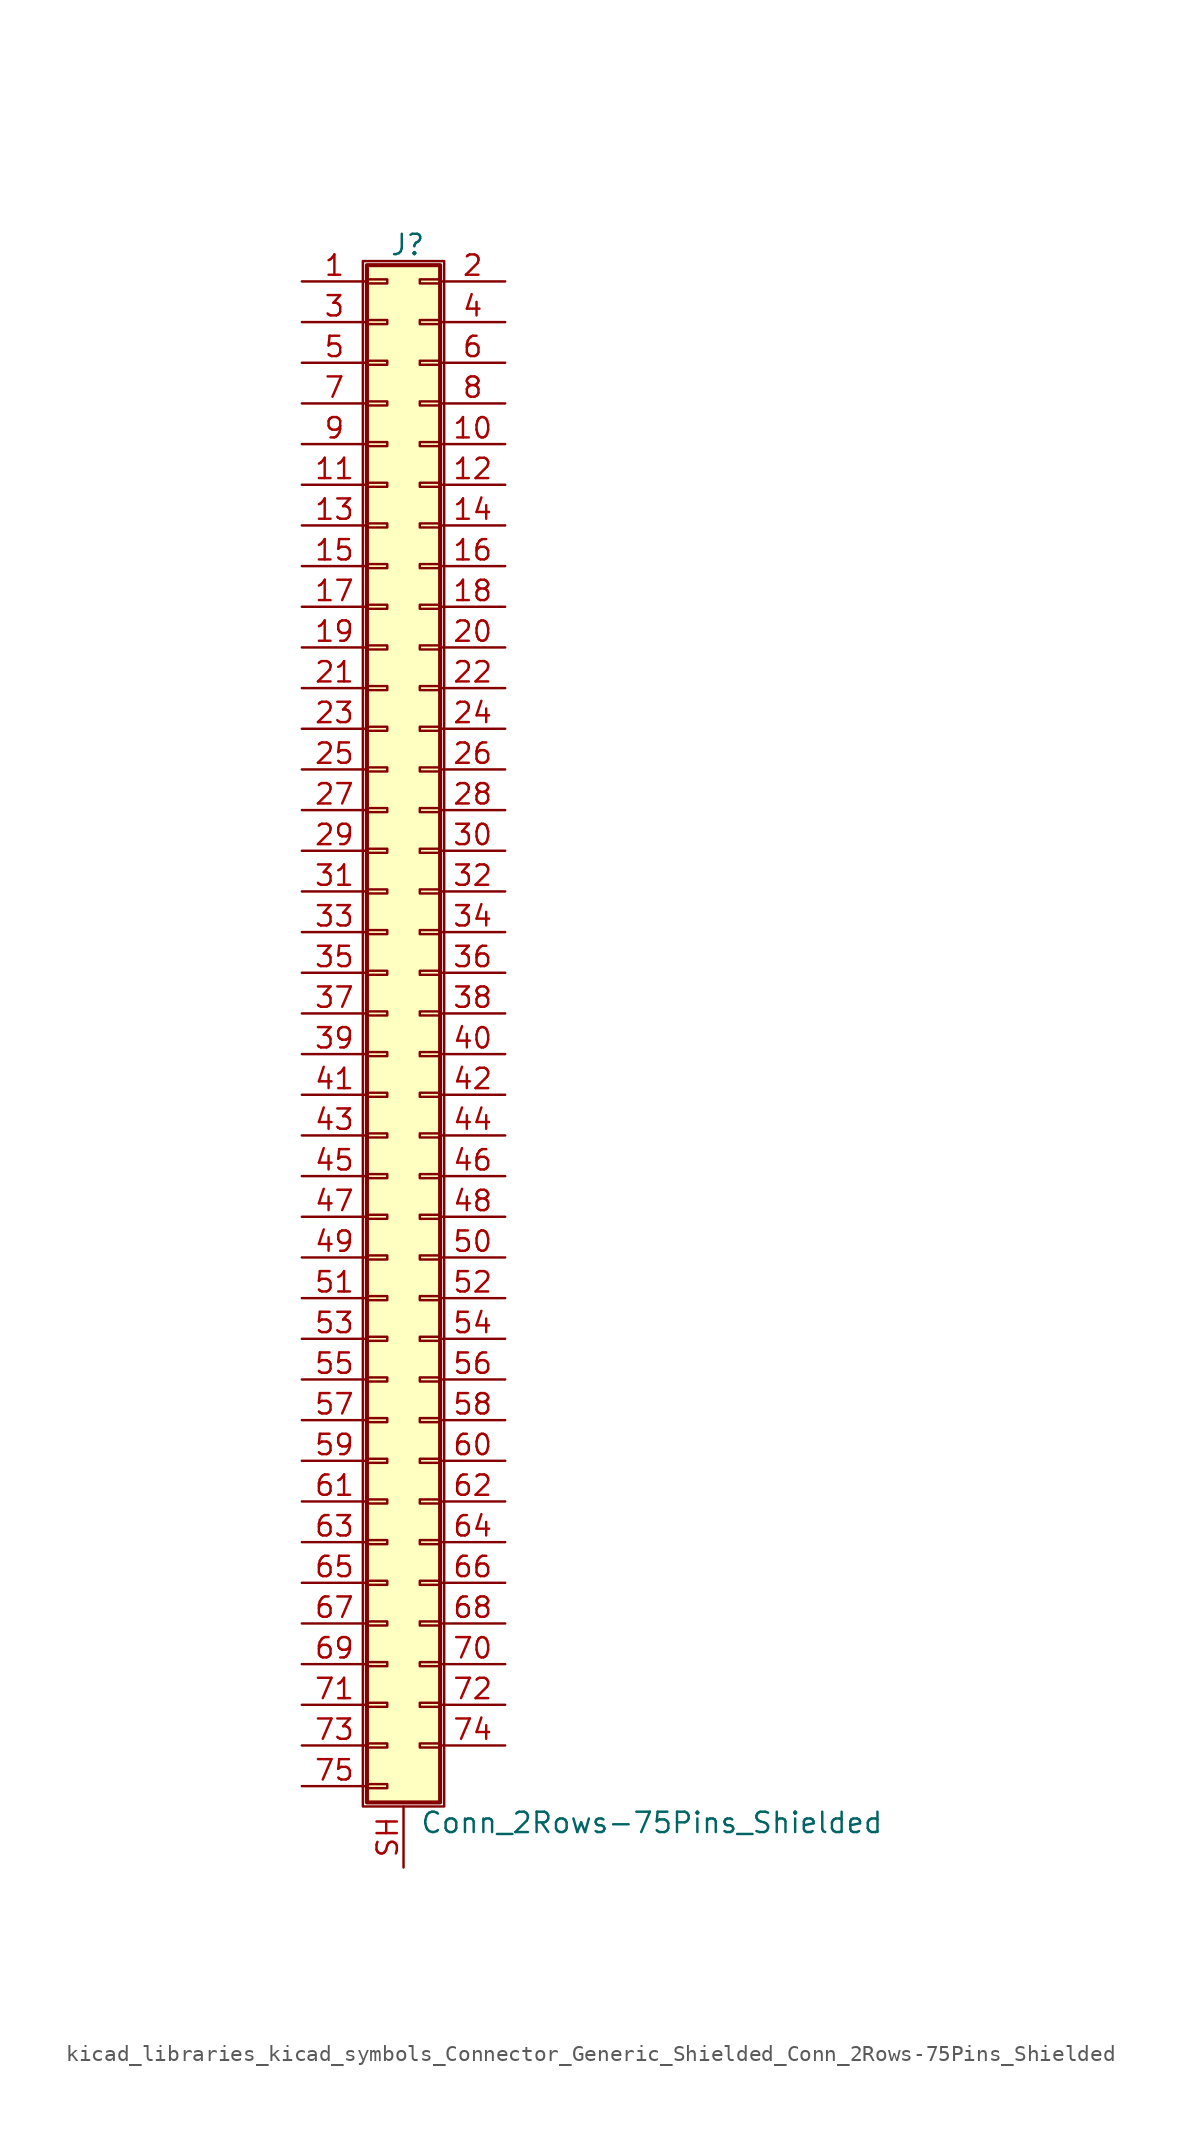
<source format=kicad_sym>
(kicad_symbol_lib
  (version 20220914)
  (generator kicad_symbol_editor)
  (symbol "kicad_libraries_kicad_symbols_Connector_Generic_Shielded_Conn_2Rows-75Pins_Shielded"
    (pin_names
      (offset 1.016) hide)
    (property "Reference" "J"
      (at 1.524 48.006 0)
      (effects (font (size 1.27 1.27))))
    (property "Value" "Conn_2Rows-75Pins_Shielded"
      (at 2.286 -50.546 0)
      (effects (font (size 1.27 1.27)) (justify left)))
    (symbol "kicad_libraries_kicad_symbols_Connector_Generic_Shielded_Conn_2Rows-75Pins_Shielded_1_1"
      (rectangle (start -1.27 46.99) (end 3.81 -49.53) (stroke (width 0.152) (type default)) (fill (type none)))
      (rectangle (start -1.016 -48.133) (end 0.254 -48.387) (stroke (width 0.152) (type default)) (fill (type none)))
      (rectangle (start -1.016 -45.593) (end 0.254 -45.847) (stroke (width 0.152) (type default)) (fill (type none)))
      (rectangle (start -1.016 -43.053) (end 0.254 -43.307) (stroke (width 0.152) (type default)) (fill (type none)))
      (rectangle (start -1.016 -40.513) (end 0.254 -40.767) (stroke (width 0.152) (type default)) (fill (type none)))
      (rectangle (start -1.016 -37.973) (end 0.254 -38.227) (stroke (width 0.152) (type default)) (fill (type none)))
      (rectangle (start -1.016 -35.433) (end 0.254 -35.687) (stroke (width 0.152) (type default)) (fill (type none)))
      (rectangle (start -1.016 -32.893) (end 0.254 -33.147) (stroke (width 0.152) (type default)) (fill (type none)))
      (rectangle (start -1.016 -30.353) (end 0.254 -30.607) (stroke (width 0.152) (type default)) (fill (type none)))
      (rectangle (start -1.016 -27.813) (end 0.254 -28.067) (stroke (width 0.152) (type default)) (fill (type none)))
      (rectangle (start -1.016 -25.273) (end 0.254 -25.527) (stroke (width 0.152) (type default)) (fill (type none)))
      (rectangle (start -1.016 -22.733) (end 0.254 -22.987) (stroke (width 0.152) (type default)) (fill (type none)))
      (rectangle (start -1.016 -20.193) (end 0.254 -20.447) (stroke (width 0.152) (type default)) (fill (type none)))
      (rectangle (start -1.016 -17.653) (end 0.254 -17.907) (stroke (width 0.152) (type default)) (fill (type none)))
      (rectangle (start -1.016 -15.113) (end 0.254 -15.367) (stroke (width 0.152) (type default)) (fill (type none)))
      (rectangle (start -1.016 -12.573) (end 0.254 -12.827) (stroke (width 0.152) (type default)) (fill (type none)))
      (rectangle (start -1.016 -10.033) (end 0.254 -10.287) (stroke (width 0.152) (type default)) (fill (type none)))
      (rectangle (start -1.016 -7.493) (end 0.254 -7.747) (stroke (width 0.152) (type default)) (fill (type none)))
      (rectangle (start -1.016 -4.953) (end 0.254 -5.207) (stroke (width 0.152) (type default)) (fill (type none)))
      (rectangle (start -1.016 -2.413) (end 0.254 -2.667) (stroke (width 0.152) (type default)) (fill (type none)))
      (rectangle (start -1.016 0.127) (end 0.254 -0.127) (stroke (width 0.152) (type default)) (fill (type none)))
      (rectangle (start -1.016 2.667) (end 0.254 2.413) (stroke (width 0.152) (type default)) (fill (type none)))
      (rectangle (start -1.016 5.207) (end 0.254 4.953) (stroke (width 0.152) (type default)) (fill (type none)))
      (rectangle (start -1.016 7.747) (end 0.254 7.493) (stroke (width 0.152) (type default)) (fill (type none)))
      (rectangle (start -1.016 10.287) (end 0.254 10.033) (stroke (width 0.152) (type default)) (fill (type none)))
      (rectangle (start -1.016 12.827) (end 0.254 12.573) (stroke (width 0.152) (type default)) (fill (type none)))
      (rectangle (start -1.016 15.367) (end 0.254 15.113) (stroke (width 0.152) (type default)) (fill (type none)))
      (rectangle (start -1.016 17.907) (end 0.254 17.653) (stroke (width 0.152) (type default)) (fill (type none)))
      (rectangle (start -1.016 20.447) (end 0.254 20.193) (stroke (width 0.152) (type default)) (fill (type none)))
      (rectangle (start -1.016 22.987) (end 0.254 22.733) (stroke (width 0.152) (type default)) (fill (type none)))
      (rectangle (start -1.016 25.527) (end 0.254 25.273) (stroke (width 0.152) (type default)) (fill (type none)))
      (rectangle (start -1.016 28.067) (end 0.254 27.813) (stroke (width 0.152) (type default)) (fill (type none)))
      (rectangle (start -1.016 30.607) (end 0.254 30.353) (stroke (width 0.152) (type default)) (fill (type none)))
      (rectangle (start -1.016 33.147) (end 0.254 32.893) (stroke (width 0.152) (type default)) (fill (type none)))
      (rectangle (start -1.016 35.687) (end 0.254 35.433) (stroke (width 0.152) (type default)) (fill (type none)))
      (rectangle (start -1.016 38.227) (end 0.254 37.973) (stroke (width 0.152) (type default)) (fill (type none)))
      (rectangle (start -1.016 40.767) (end 0.254 40.513) (stroke (width 0.152) (type default)) (fill (type none)))
      (rectangle (start -1.016 43.307) (end 0.254 43.053) (stroke (width 0.152) (type default)) (fill (type none)))
      (rectangle (start -1.016 45.847) (end 0.254 45.593) (stroke (width 0.152) (type default)) (fill (type none)))
      (rectangle (start -1.016 46.736) (end 3.556 -49.276) (stroke (width 0.254) (type default)) (fill (type background)))
      (rectangle (start 3.556 -45.593) (end 2.286 -45.847) (stroke (width 0.152) (type default)) (fill (type none)))
      (rectangle (start 3.556 -43.053) (end 2.286 -43.307) (stroke (width 0.152) (type default)) (fill (type none)))
      (rectangle (start 3.556 -40.513) (end 2.286 -40.767) (stroke (width 0.152) (type default)) (fill (type none)))
      (rectangle (start 3.556 -37.973) (end 2.286 -38.227) (stroke (width 0.152) (type default)) (fill (type none)))
      (rectangle (start 3.556 -35.433) (end 2.286 -35.687) (stroke (width 0.152) (type default)) (fill (type none)))
      (rectangle (start 3.556 -32.893) (end 2.286 -33.147) (stroke (width 0.152) (type default)) (fill (type none)))
      (rectangle (start 3.556 -30.353) (end 2.286 -30.607) (stroke (width 0.152) (type default)) (fill (type none)))
      (rectangle (start 3.556 -27.813) (end 2.286 -28.067) (stroke (width 0.152) (type default)) (fill (type none)))
      (rectangle (start 3.556 -25.273) (end 2.286 -25.527) (stroke (width 0.152) (type default)) (fill (type none)))
      (rectangle (start 3.556 -22.733) (end 2.286 -22.987) (stroke (width 0.152) (type default)) (fill (type none)))
      (rectangle (start 3.556 -20.193) (end 2.286 -20.447) (stroke (width 0.152) (type default)) (fill (type none)))
      (rectangle (start 3.556 -17.653) (end 2.286 -17.907) (stroke (width 0.152) (type default)) (fill (type none)))
      (rectangle (start 3.556 -15.113) (end 2.286 -15.367) (stroke (width 0.152) (type default)) (fill (type none)))
      (rectangle (start 3.556 -12.573) (end 2.286 -12.827) (stroke (width 0.152) (type default)) (fill (type none)))
      (rectangle (start 3.556 -10.033) (end 2.286 -10.287) (stroke (width 0.152) (type default)) (fill (type none)))
      (rectangle (start 3.556 -7.493) (end 2.286 -7.747) (stroke (width 0.152) (type default)) (fill (type none)))
      (rectangle (start 3.556 -4.953) (end 2.286 -5.207) (stroke (width 0.152) (type default)) (fill (type none)))
      (rectangle (start 3.556 -2.413) (end 2.286 -2.667) (stroke (width 0.152) (type default)) (fill (type none)))
      (rectangle (start 3.556 0.127) (end 2.286 -0.127) (stroke (width 0.152) (type default)) (fill (type none)))
      (rectangle (start 3.556 2.667) (end 2.286 2.413) (stroke (width 0.152) (type default)) (fill (type none)))
      (rectangle (start 3.556 5.207) (end 2.286 4.953) (stroke (width 0.152) (type default)) (fill (type none)))
      (rectangle (start 3.556 7.747) (end 2.286 7.493) (stroke (width 0.152) (type default)) (fill (type none)))
      (rectangle (start 3.556 10.287) (end 2.286 10.033) (stroke (width 0.152) (type default)) (fill (type none)))
      (rectangle (start 3.556 12.827) (end 2.286 12.573) (stroke (width 0.152) (type default)) (fill (type none)))
      (rectangle (start 3.556 15.367) (end 2.286 15.113) (stroke (width 0.152) (type default)) (fill (type none)))
      (rectangle (start 3.556 17.907) (end 2.286 17.653) (stroke (width 0.152) (type default)) (fill (type none)))
      (rectangle (start 3.556 20.447) (end 2.286 20.193) (stroke (width 0.152) (type default)) (fill (type none)))
      (rectangle (start 3.556 22.987) (end 2.286 22.733) (stroke (width 0.152) (type default)) (fill (type none)))
      (rectangle (start 3.556 25.527) (end 2.286 25.273) (stroke (width 0.152) (type default)) (fill (type none)))
      (rectangle (start 3.556 28.067) (end 2.286 27.813) (stroke (width 0.152) (type default)) (fill (type none)))
      (rectangle (start 3.556 30.607) (end 2.286 30.353) (stroke (width 0.152) (type default)) (fill (type none)))
      (rectangle (start 3.556 33.147) (end 2.286 32.893) (stroke (width 0.152) (type default)) (fill (type none)))
      (rectangle (start 3.556 35.687) (end 2.286 35.433) (stroke (width 0.152) (type default)) (fill (type none)))
      (rectangle (start 3.556 38.227) (end 2.286 37.973) (stroke (width 0.152) (type default)) (fill (type none)))
      (rectangle (start 3.556 40.767) (end 2.286 40.513) (stroke (width 0.152) (type default)) (fill (type none)))
      (rectangle (start 3.556 43.307) (end 2.286 43.053) (stroke (width 0.152) (type default)) (fill (type none)))
      (rectangle (start 3.556 45.847) (end 2.286 45.593) (stroke (width 0.152) (type default)) (fill (type none)))
      (pin passive line (at -5.08 45.72 0) (length 4.064) (name "Pin_1" (effects (font (size 1.27 1.27)))) (number "1" (effects (font (size 1.27 1.27)))))
      (pin passive line (at 7.62 35.56 180) (length 4.064) (name "Pin_10" (effects (font (size 1.27 1.27)))) (number "10" (effects (font (size 1.27 1.27)))))
      (pin passive line (at -5.08 33.02 0) (length 4.064) (name "Pin_11" (effects (font (size 1.27 1.27)))) (number "11" (effects (font (size 1.27 1.27)))))
      (pin passive line (at 7.62 33.02 180) (length 4.064) (name "Pin_12" (effects (font (size 1.27 1.27)))) (number "12" (effects (font (size 1.27 1.27)))))
      (pin passive line (at -5.08 30.48 0) (length 4.064) (name "Pin_13" (effects (font (size 1.27 1.27)))) (number "13" (effects (font (size 1.27 1.27)))))
      (pin passive line (at 7.62 30.48 180) (length 4.064) (name "Pin_14" (effects (font (size 1.27 1.27)))) (number "14" (effects (font (size 1.27 1.27)))))
      (pin passive line (at -5.08 27.94 0) (length 4.064) (name "Pin_15" (effects (font (size 1.27 1.27)))) (number "15" (effects (font (size 1.27 1.27)))))
      (pin passive line (at 7.62 27.94 180) (length 4.064) (name "Pin_16" (effects (font (size 1.27 1.27)))) (number "16" (effects (font (size 1.27 1.27)))))
      (pin passive line (at -5.08 25.4 0) (length 4.064) (name "Pin_17" (effects (font (size 1.27 1.27)))) (number "17" (effects (font (size 1.27 1.27)))))
      (pin passive line (at 7.62 25.4 180) (length 4.064) (name "Pin_18" (effects (font (size 1.27 1.27)))) (number "18" (effects (font (size 1.27 1.27)))))
      (pin passive line (at -5.08 22.86 0) (length 4.064) (name "Pin_19" (effects (font (size 1.27 1.27)))) (number "19" (effects (font (size 1.27 1.27)))))
      (pin passive line (at 7.62 45.72 180) (length 4.064) (name "Pin_2" (effects (font (size 1.27 1.27)))) (number "2" (effects (font (size 1.27 1.27)))))
      (pin passive line (at 7.62 22.86 180) (length 4.064) (name "Pin_20" (effects (font (size 1.27 1.27)))) (number "20" (effects (font (size 1.27 1.27)))))
      (pin passive line (at -5.08 20.32 0) (length 4.064) (name "Pin_21" (effects (font (size 1.27 1.27)))) (number "21" (effects (font (size 1.27 1.27)))))
      (pin passive line (at 7.62 20.32 180) (length 4.064) (name "Pin_22" (effects (font (size 1.27 1.27)))) (number "22" (effects (font (size 1.27 1.27)))))
      (pin passive line (at -5.08 17.78 0) (length 4.064) (name "Pin_23" (effects (font (size 1.27 1.27)))) (number "23" (effects (font (size 1.27 1.27)))))
      (pin passive line (at 7.62 17.78 180) (length 4.064) (name "Pin_24" (effects (font (size 1.27 1.27)))) (number "24" (effects (font (size 1.27 1.27)))))
      (pin passive line (at -5.08 15.24 0) (length 4.064) (name "Pin_25" (effects (font (size 1.27 1.27)))) (number "25" (effects (font (size 1.27 1.27)))))
      (pin passive line (at 7.62 15.24 180) (length 4.064) (name "Pin_26" (effects (font (size 1.27 1.27)))) (number "26" (effects (font (size 1.27 1.27)))))
      (pin passive line (at -5.08 12.7 0) (length 4.064) (name "Pin_27" (effects (font (size 1.27 1.27)))) (number "27" (effects (font (size 1.27 1.27)))))
      (pin passive line (at 7.62 12.7 180) (length 4.064) (name "Pin_28" (effects (font (size 1.27 1.27)))) (number "28" (effects (font (size 1.27 1.27)))))
      (pin passive line (at -5.08 10.16 0) (length 4.064) (name "Pin_29" (effects (font (size 1.27 1.27)))) (number "29" (effects (font (size 1.27 1.27)))))
      (pin passive line (at -5.08 43.18 0) (length 4.064) (name "Pin_3" (effects (font (size 1.27 1.27)))) (number "3" (effects (font (size 1.27 1.27)))))
      (pin passive line (at 7.62 10.16 180) (length 4.064) (name "Pin_30" (effects (font (size 1.27 1.27)))) (number "30" (effects (font (size 1.27 1.27)))))
      (pin passive line (at -5.08 7.62 0) (length 4.064) (name "Pin_31" (effects (font (size 1.27 1.27)))) (number "31" (effects (font (size 1.27 1.27)))))
      (pin passive line (at 7.62 7.62 180) (length 4.064) (name "Pin_32" (effects (font (size 1.27 1.27)))) (number "32" (effects (font (size 1.27 1.27)))))
      (pin passive line (at -5.08 5.08 0) (length 4.064) (name "Pin_33" (effects (font (size 1.27 1.27)))) (number "33" (effects (font (size 1.27 1.27)))))
      (pin passive line (at 7.62 5.08 180) (length 4.064) (name "Pin_34" (effects (font (size 1.27 1.27)))) (number "34" (effects (font (size 1.27 1.27)))))
      (pin passive line (at -5.08 2.54 0) (length 4.064) (name "Pin_35" (effects (font (size 1.27 1.27)))) (number "35" (effects (font (size 1.27 1.27)))))
      (pin passive line (at 7.62 2.54 180) (length 4.064) (name "Pin_36" (effects (font (size 1.27 1.27)))) (number "36" (effects (font (size 1.27 1.27)))))
      (pin passive line (at -5.08 0 0) (length 4.064) (name "Pin_37" (effects (font (size 1.27 1.27)))) (number "37" (effects (font (size 1.27 1.27)))))
      (pin passive line (at 7.62 0 180) (length 4.064) (name "Pin_38" (effects (font (size 1.27 1.27)))) (number "38" (effects (font (size 1.27 1.27)))))
      (pin passive line (at -5.08 -2.54 0) (length 4.064) (name "Pin_39" (effects (font (size 1.27 1.27)))) (number "39" (effects (font (size 1.27 1.27)))))
      (pin passive line (at 7.62 43.18 180) (length 4.064) (name "Pin_4" (effects (font (size 1.27 1.27)))) (number "4" (effects (font (size 1.27 1.27)))))
      (pin passive line (at 7.62 -2.54 180) (length 4.064) (name "Pin_40" (effects (font (size 1.27 1.27)))) (number "40" (effects (font (size 1.27 1.27)))))
      (pin passive line (at -5.08 -5.08 0) (length 4.064) (name "Pin_41" (effects (font (size 1.27 1.27)))) (number "41" (effects (font (size 1.27 1.27)))))
      (pin passive line (at 7.62 -5.08 180) (length 4.064) (name "Pin_42" (effects (font (size 1.27 1.27)))) (number "42" (effects (font (size 1.27 1.27)))))
      (pin passive line (at -5.08 -7.62 0) (length 4.064) (name "Pin_43" (effects (font (size 1.27 1.27)))) (number "43" (effects (font (size 1.27 1.27)))))
      (pin passive line (at 7.62 -7.62 180) (length 4.064) (name "Pin_44" (effects (font (size 1.27 1.27)))) (number "44" (effects (font (size 1.27 1.27)))))
      (pin passive line (at -5.08 -10.16 0) (length 4.064) (name "Pin_45" (effects (font (size 1.27 1.27)))) (number "45" (effects (font (size 1.27 1.27)))))
      (pin passive line (at 7.62 -10.16 180) (length 4.064) (name "Pin_46" (effects (font (size 1.27 1.27)))) (number "46" (effects (font (size 1.27 1.27)))))
      (pin passive line (at -5.08 -12.7 0) (length 4.064) (name "Pin_47" (effects (font (size 1.27 1.27)))) (number "47" (effects (font (size 1.27 1.27)))))
      (pin passive line (at 7.62 -12.7 180) (length 4.064) (name "Pin_48" (effects (font (size 1.27 1.27)))) (number "48" (effects (font (size 1.27 1.27)))))
      (pin passive line (at -5.08 -15.24 0) (length 4.064) (name "Pin_49" (effects (font (size 1.27 1.27)))) (number "49" (effects (font (size 1.27 1.27)))))
      (pin passive line (at -5.08 40.64 0) (length 4.064) (name "Pin_5" (effects (font (size 1.27 1.27)))) (number "5" (effects (font (size 1.27 1.27)))))
      (pin passive line (at 7.62 -15.24 180) (length 4.064) (name "Pin_50" (effects (font (size 1.27 1.27)))) (number "50" (effects (font (size 1.27 1.27)))))
      (pin passive line (at -5.08 -17.78 0) (length 4.064) (name "Pin_51" (effects (font (size 1.27 1.27)))) (number "51" (effects (font (size 1.27 1.27)))))
      (pin passive line (at 7.62 -17.78 180) (length 4.064) (name "Pin_52" (effects (font (size 1.27 1.27)))) (number "52" (effects (font (size 1.27 1.27)))))
      (pin passive line (at -5.08 -20.32 0) (length 4.064) (name "Pin_53" (effects (font (size 1.27 1.27)))) (number "53" (effects (font (size 1.27 1.27)))))
      (pin passive line (at 7.62 -20.32 180) (length 4.064) (name "Pin_54" (effects (font (size 1.27 1.27)))) (number "54" (effects (font (size 1.27 1.27)))))
      (pin passive line (at -5.08 -22.86 0) (length 4.064) (name "Pin_55" (effects (font (size 1.27 1.27)))) (number "55" (effects (font (size 1.27 1.27)))))
      (pin passive line (at 7.62 -22.86 180) (length 4.064) (name "Pin_56" (effects (font (size 1.27 1.27)))) (number "56" (effects (font (size 1.27 1.27)))))
      (pin passive line (at -5.08 -25.4 0) (length 4.064) (name "Pin_57" (effects (font (size 1.27 1.27)))) (number "57" (effects (font (size 1.27 1.27)))))
      (pin passive line (at 7.62 -25.4 180) (length 4.064) (name "Pin_58" (effects (font (size 1.27 1.27)))) (number "58" (effects (font (size 1.27 1.27)))))
      (pin passive line (at -5.08 -27.94 0) (length 4.064) (name "Pin_59" (effects (font (size 1.27 1.27)))) (number "59" (effects (font (size 1.27 1.27)))))
      (pin passive line (at 7.62 40.64 180) (length 4.064) (name "Pin_6" (effects (font (size 1.27 1.27)))) (number "6" (effects (font (size 1.27 1.27)))))
      (pin passive line (at 7.62 -27.94 180) (length 4.064) (name "Pin_60" (effects (font (size 1.27 1.27)))) (number "60" (effects (font (size 1.27 1.27)))))
      (pin passive line (at -5.08 -30.48 0) (length 4.064) (name "Pin_61" (effects (font (size 1.27 1.27)))) (number "61" (effects (font (size 1.27 1.27)))))
      (pin passive line (at 7.62 -30.48 180) (length 4.064) (name "Pin_62" (effects (font (size 1.27 1.27)))) (number "62" (effects (font (size 1.27 1.27)))))
      (pin passive line (at -5.08 -33.02 0) (length 4.064) (name "Pin_63" (effects (font (size 1.27 1.27)))) (number "63" (effects (font (size 1.27 1.27)))))
      (pin passive line (at 7.62 -33.02 180) (length 4.064) (name "Pin_64" (effects (font (size 1.27 1.27)))) (number "64" (effects (font (size 1.27 1.27)))))
      (pin passive line (at -5.08 -35.56 0) (length 4.064) (name "Pin_65" (effects (font (size 1.27 1.27)))) (number "65" (effects (font (size 1.27 1.27)))))
      (pin passive line (at 7.62 -35.56 180) (length 4.064) (name "Pin_66" (effects (font (size 1.27 1.27)))) (number "66" (effects (font (size 1.27 1.27)))))
      (pin passive line (at -5.08 -38.1 0) (length 4.064) (name "Pin_67" (effects (font (size 1.27 1.27)))) (number "67" (effects (font (size 1.27 1.27)))))
      (pin passive line (at 7.62 -38.1 180) (length 4.064) (name "Pin_68" (effects (font (size 1.27 1.27)))) (number "68" (effects (font (size 1.27 1.27)))))
      (pin passive line (at -5.08 -40.64 0) (length 4.064) (name "Pin_69" (effects (font (size 1.27 1.27)))) (number "69" (effects (font (size 1.27 1.27)))))
      (pin passive line (at -5.08 38.1 0) (length 4.064) (name "Pin_7" (effects (font (size 1.27 1.27)))) (number "7" (effects (font (size 1.27 1.27)))))
      (pin passive line (at 7.62 -40.64 180) (length 4.064) (name "Pin_70" (effects (font (size 1.27 1.27)))) (number "70" (effects (font (size 1.27 1.27)))))
      (pin passive line (at -5.08 -43.18 0) (length 4.064) (name "Pin_71" (effects (font (size 1.27 1.27)))) (number "71" (effects (font (size 1.27 1.27)))))
      (pin passive line (at 7.62 -43.18 180) (length 4.064) (name "Pin_72" (effects (font (size 1.27 1.27)))) (number "72" (effects (font (size 1.27 1.27)))))
      (pin passive line (at -5.08 -45.72 0) (length 4.064) (name "Pin_73" (effects (font (size 1.27 1.27)))) (number "73" (effects (font (size 1.27 1.27)))))
      (pin passive line (at 7.62 -45.72 180) (length 4.064) (name "Pin_74" (effects (font (size 1.27 1.27)))) (number "74" (effects (font (size 1.27 1.27)))))
      (pin passive line (at -5.08 -48.26 0) (length 4.064) (name "Pin_75" (effects (font (size 1.27 1.27)))) (number "75" (effects (font (size 1.27 1.27)))))
      (pin passive line (at 7.62 38.1 180) (length 4.064) (name "Pin_8" (effects (font (size 1.27 1.27)))) (number "8" (effects (font (size 1.27 1.27)))))
      (pin passive line (at -5.08 35.56 0) (length 4.064) (name "Pin_9" (effects (font (size 1.27 1.27)))) (number "9" (effects (font (size 1.27 1.27)))))
      (pin passive line (at 1.27 -53.34 90) (length 3.81) (name "Shield" (effects (font (size 1.27 1.27)))) (number "SH" (effects (font (size 1.27 1.27))))))))
</source>
